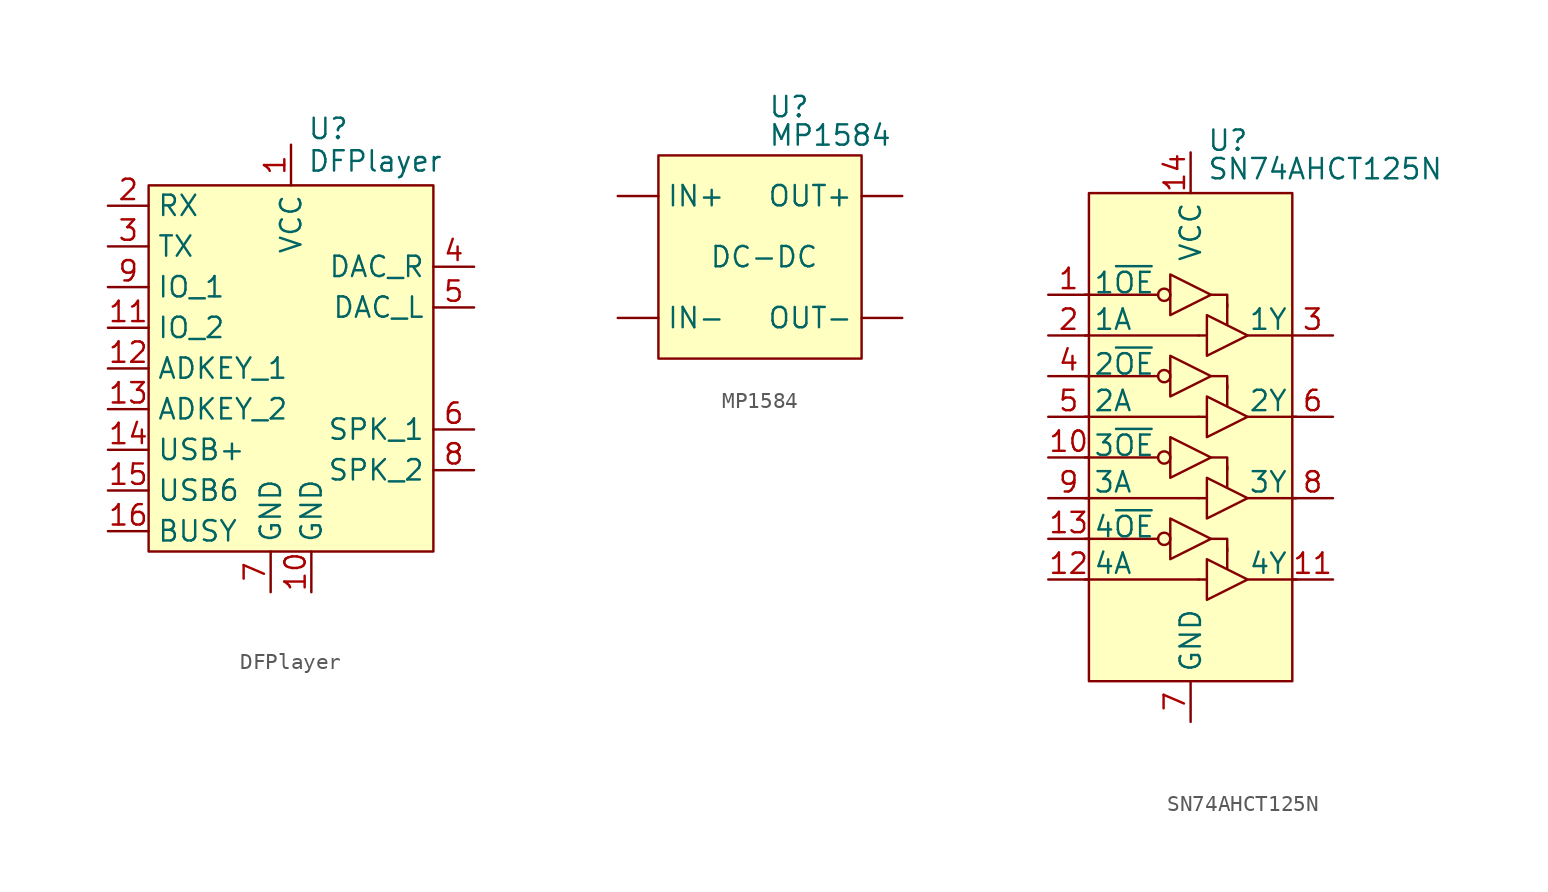
<source format=kicad_sym>
(kicad_symbol_lib
  (version 20241209)
  (generator "kicad_symbol_editor")
  (generator_version "9.0")
  (symbol "DFPlayer"
    (property "Reference" "U"
      (at 1.016 2.794 0)
      (effects (font (size 1.27 1.27)) (justify left bottom)))
    (property "Value" "DFPlayer"
      (at 1.016 0.762 0)
      (effects (font (size 1.27 1.27)) (justify left bottom)))
    (symbol "DFPlayer_1_1"
      (rectangle (start -8.89 0) (end 8.89 -22.86) (stroke (width 0) (type solid)) (fill (type background)))
      (pin output line (at -11.43 -1.27 0) (length 2.54) (name "RX" (effects (font (size 1.27 1.27)))) (number "2" (effects (font (size 1.27 1.27)))))
      (pin output line (at -11.43 -3.81 0) (length 2.54) (name "TX" (effects (font (size 1.27 1.27)))) (number "3" (effects (font (size 1.27 1.27)))))
      (pin output line (at -11.43 -6.35 0) (length 2.54) (name "IO_1" (effects (font (size 1.27 1.27)))) (number "9" (effects (font (size 1.27 1.27)))))
      (pin output line (at -11.43 -8.89 0) (length 2.54) (name "IO_2" (effects (font (size 1.27 1.27)))) (number "11" (effects (font (size 1.27 1.27)))))
      (pin output line (at -11.43 -11.43 0) (length 2.54) (name "ADKEY_1" (effects (font (size 1.27 1.27)))) (number "12" (effects (font (size 1.27 1.27)))))
      (pin output line (at -11.43 -13.97 0) (length 2.54) (name "ADKEY_2" (effects (font (size 1.27 1.27)))) (number "13" (effects (font (size 1.27 1.27)))))
      (pin output line (at -11.43 -16.51 0) (length 2.54) (name "USB+" (effects (font (size 1.27 1.27)))) (number "14" (effects (font (size 1.27 1.27)))))
      (pin output line (at -11.43 -19.05 0) (length 2.54) (name "USB6" (effects (font (size 1.27 1.27)))) (number "15" (effects (font (size 1.27 1.27)))))
      (pin output line (at -11.43 -21.59 0) (length 2.54) (name "BUSY" (effects (font (size 1.27 1.27)))) (number "16" (effects (font (size 1.27 1.27)))))
      (pin output line (at -1.27 -25.4 90) (length 2.54) (name "GND" (effects (font (size 1.27 1.27)))) (number "7" (effects (font (size 1.27 1.27)))))
      (pin output line (at 0 2.54 270) (length 2.54) (name "VCC" (effects (font (size 1.27 1.27)))) (number "1" (effects (font (size 1.27 1.27)))))
      (pin output line (at 1.27 -25.4 90) (length 2.54) (name "GND" (effects (font (size 1.27 1.27)))) (number "10" (effects (font (size 1.27 1.27)))))
      (pin output line (at 11.43 -5.08 180) (length 2.54) (name "DAC_R" (effects (font (size 1.27 1.27)))) (number "4" (effects (font (size 1.27 1.27)))))
      (pin output line (at 11.43 -7.62 180) (length 2.54) (name "DAC_L" (effects (font (size 1.27 1.27)))) (number "5" (effects (font (size 1.27 1.27)))))
      (pin output line (at 11.43 -15.24 180) (length 2.54) (name "SPK_1" (effects (font (size 1.27 1.27)))) (number "6" (effects (font (size 1.27 1.27)))))
      (pin output line (at 11.43 -17.78 180) (length 2.54) (name "SPK_2" (effects (font (size 1.27 1.27)))) (number "8" (effects (font (size 1.27 1.27)))))))
  (symbol "MP1584"
    (property "Reference" "U"
      (at 0.508 2.286 0)
      (effects (font (size 1.27 1.27)) (justify left bottom)))
    (property "Value" "MP1584"
      (at 0.508 0.508 0)
      (effects (font (size 1.27 1.27)) (justify left bottom)))
    (symbol "MP1584_1_0"
      (pin input line (at 8.89 -10.16 180) (length 2.54) (name "OUT-" (effects (font (size 1.27 1.27)))) (number "" (effects (font (size 1.27 1.27))))))
    (symbol "MP1584_1_1"
      (rectangle (start -6.35 0) (end 6.35 -12.7) (stroke (width 0) (type solid)) (fill (type background)))
      (text "DC-DC" (at 0.254 -6.35 0) (effects (font (size 1.27 1.27) (color 0 100 100 1))))
      (pin input line (at -8.89 -2.54 0) (length 2.54) (name "IN+" (effects (font (size 1.27 1.27)))) (number "" (effects (font (size 1.27 1.27)))))
      (pin input line (at -8.89 -10.16 0) (length 2.54) (name "IN-" (effects (font (size 1.27 1.27)))) (number "" (effects (font (size 1.27 1.27)))))
      (pin input line (at 8.89 -2.54 180) (length 2.54) (name "OUT+" (effects (font (size 1.27 1.27)))) (number "" (effects (font (size 1.27 1.27)))))))
  (symbol "SN74AHCT125N"
    (property "Reference" "U"
      (at 1.016 -2.54 0)
      (effects (font (size 1.27 1.27)) (justify left bottom)))
    (property "Value" "SN74AHCT125N"
      (at 1.016 -4.318 0)
      (effects (font (size 1.27 1.27)) (justify left bottom)))
    (symbol "SN74AHCT125N_1_1"
      (rectangle (start -6.35 -5.08) (end 6.35 -35.56) (stroke (width 0) (type solid)) (fill (type background)))
      (polyline (pts (xy -2.032 -11.43) (xy -6.604 -11.43)) (stroke (width 0) (type solid)) (fill (type none)))
      (polyline (pts (xy -2.032 -16.51) (xy -6.604 -16.51)) (stroke (width 0) (type solid)) (fill (type none)))
      (polyline (pts (xy -2.032 -21.59) (xy -6.604 -21.59)) (stroke (width 0) (type solid)) (fill (type none)))
      (polyline (pts (xy -2.032 -26.67) (xy -6.604 -26.67)) (stroke (width 0) (type solid)) (fill (type none)))
      (circle (center -1.651 -11.43) (radius 0.381) (stroke (width 0) (type default)) (fill (type none)))
      (circle (center -1.651 -16.51) (radius 0.381) (stroke (width 0) (type default)) (fill (type none)))
      (circle (center -1.651 -21.59) (radius 0.381) (stroke (width 0) (type default)) (fill (type none)))
      (circle (center -1.651 -26.67) (radius 0.381) (stroke (width 0) (type default)) (fill (type none)))
      (polyline (pts (xy -1.27 -10.16) (xy 1.27 -11.43) (xy -1.27 -12.7) (xy -1.27 -10.16)) (stroke (width 0) (type default)) (fill (type none)))
      (polyline (pts (xy -1.27 -15.24) (xy 1.27 -16.51) (xy -1.27 -17.78) (xy -1.27 -15.24)) (stroke (width 0) (type default)) (fill (type none)))
      (polyline (pts (xy -1.27 -20.32) (xy 1.27 -21.59) (xy -1.27 -22.86) (xy -1.27 -20.32)) (stroke (width 0) (type default)) (fill (type none)))
      (polyline (pts (xy -1.27 -25.4) (xy 1.27 -26.67) (xy -1.27 -27.94) (xy -1.27 -25.4)) (stroke (width 0) (type default)) (fill (type none)))
      (polyline (pts (xy 0.508 -13.97) (xy 0.508 -13.97)) (stroke (width 0) (type solid)) (fill (type none)))
      (polyline (pts (xy 0.508 -19.05) (xy 0.508 -19.05)) (stroke (width 0) (type solid)) (fill (type none)))
      (polyline (pts (xy 0.508 -24.13) (xy 0.508 -24.13)) (stroke (width 0) (type solid)) (fill (type none)))
      (polyline (pts (xy 0.508 -29.21) (xy 0.508 -29.21)) (stroke (width 0) (type solid)) (fill (type none)))
      (polyline (pts (xy 1.016 -12.7) (xy 3.556 -13.97) (xy 1.016 -15.24) (xy 1.016 -12.7)) (stroke (width 0) (type default)) (fill (type none)))
      (polyline (pts (xy 1.016 -13.97) (xy -6.604 -13.97)) (stroke (width 0) (type solid)) (fill (type none)))
      (polyline (pts (xy 1.016 -17.78) (xy 3.556 -19.05) (xy 1.016 -20.32) (xy 1.016 -17.78)) (stroke (width 0) (type default)) (fill (type none)))
      (polyline (pts (xy 1.016 -19.05) (xy -6.604 -19.05)) (stroke (width 0) (type solid)) (fill (type none)))
      (polyline (pts (xy 1.016 -22.86) (xy 3.556 -24.13) (xy 1.016 -25.4) (xy 1.016 -22.86)) (stroke (width 0) (type default)) (fill (type none)))
      (polyline (pts (xy 1.016 -24.13) (xy -6.604 -24.13)) (stroke (width 0) (type solid)) (fill (type none)))
      (polyline (pts (xy 1.016 -27.94) (xy 3.556 -29.21) (xy 1.016 -30.48) (xy 1.016 -27.94)) (stroke (width 0) (type default)) (fill (type none)))
      (polyline (pts (xy 1.016 -29.21) (xy -6.604 -29.21)) (stroke (width 0) (type solid)) (fill (type none)))
      (polyline (pts (xy 1.27 -11.43) (xy 2.286 -11.43) (xy 2.286 -12.192)) (stroke (width 0) (type solid)) (fill (type none)))
      (polyline (pts (xy 1.27 -16.51) (xy 2.286 -16.51) (xy 2.286 -17.272)) (stroke (width 0) (type solid)) (fill (type none)))
      (polyline (pts (xy 1.27 -21.59) (xy 2.286 -21.59) (xy 2.286 -22.352)) (stroke (width 0) (type solid)) (fill (type none)))
      (polyline (pts (xy 1.27 -26.67) (xy 2.286 -26.67) (xy 2.286 -27.432)) (stroke (width 0) (type solid)) (fill (type none)))
      (polyline (pts (xy 3.556 -13.97) (xy 6.35 -13.97)) (stroke (width 0) (type solid)) (fill (type none)))
      (polyline (pts (xy 3.556 -19.05) (xy 6.604 -19.05)) (stroke (width 0) (type solid)) (fill (type none)))
      (polyline (pts (xy 3.556 -24.13) (xy 6.604 -24.13)) (stroke (width 0) (type solid)) (fill (type none)))
      (polyline (pts (xy 3.556 -29.21) (xy 6.604 -29.21)) (stroke (width 0) (type solid)) (fill (type none)))
      (text "1~{OE}" (at -6.096 -11.43 0) (effects (font (size 1.27 1.27) (color 0 100 100 1)) (justify left bottom)))
      (text "1A" (at -6.096 -13.716 0) (effects (font (size 1.27 1.27) (color 0 100 100 1)) (justify left bottom)))
      (text "2~{OE}" (at -6.096 -16.51 0) (effects (font (size 1.27 1.27) (color 0 100 100 1)) (justify left bottom)))
      (text "2A" (at -6.096 -18.796 0) (effects (font (size 1.27 1.27) (color 0 100 100 1)) (justify left bottom)))
      (text "3~{OE}" (at -6.096 -21.59 0) (effects (font (size 1.27 1.27) (color 0 100 100 1)) (justify left bottom)))
      (text "3A" (at -6.096 -23.876 0) (effects (font (size 1.27 1.27) (color 0 100 100 1)) (justify left bottom)))
      (text "4~{OE}" (at -6.096 -26.67 0) (effects (font (size 1.27 1.27) (color 0 100 100 1)) (justify left bottom)))
      (text "4A" (at -6.096 -28.956 0) (effects (font (size 1.27 1.27) (color 0 100 100 1)) (justify left bottom)))
      (text "I\n" (at 2.286 -12.7 0) (effects (font (size 1.27 1.27))))
      (text "I\n" (at 2.286 -17.78 0) (effects (font (size 1.27 1.27))))
      (text "I\n" (at 2.286 -22.86 0) (effects (font (size 1.27 1.27))))
      (text "I\n" (at 2.286 -27.94 0) (effects (font (size 1.27 1.27))))
      (text "1Y" (at 6.096 -13.716 0) (effects (font (size 1.27 1.27) (color 0 100 100 1)) (justify right bottom)))
      (text "2Y" (at 6.096 -18.796 0) (effects (font (size 1.27 1.27) (color 0 100 100 1)) (justify right bottom)))
      (text "3Y" (at 6.096 -23.876 0) (effects (font (size 1.27 1.27) (color 0 100 100 1)) (justify right bottom)))
      (text "4Y" (at 6.096 -28.956 0) (effects (font (size 1.27 1.27) (color 0 100 100 1)) (justify right bottom)))
      (pin input line (at -8.89 -11.43 0) (length 2.54) (name "" (effects (font (size 1.27 1.27)))) (number "1" (effects (font (size 1.27 1.27)))))
      (pin input line (at -8.89 -13.97 0) (length 2.54) (name "" (effects (font (size 1.27 1.27)))) (number "2" (effects (font (size 1.27 1.27)))))
      (pin input line (at -8.89 -16.51 0) (length 2.54) (name "" (effects (font (size 1.27 1.27)))) (number "4" (effects (font (size 1.27 1.27)))))
      (pin input line (at -8.89 -19.05 0) (length 2.54) (name "" (effects (font (size 1.27 1.27)))) (number "5" (effects (font (size 1.27 1.27)))))
      (pin input line (at -8.89 -21.59 0) (length 2.54) (name "" (effects (font (size 1.27 1.27)))) (number "10" (effects (font (size 1.27 1.27)))))
      (pin input line (at -8.89 -24.13 0) (length 2.54) (name "" (effects (font (size 1.27 1.27)))) (number "9" (effects (font (size 1.27 1.27)))))
      (pin input line (at -8.89 -26.67 0) (length 2.54) (name "" (effects (font (size 1.27 1.27)))) (number "13" (effects (font (size 1.27 1.27)))))
      (pin input line (at -8.89 -29.21 0) (length 2.54) (name "" (effects (font (size 1.27 1.27)))) (number "12" (effects (font (size 1.27 1.27)))))
      (pin input line (at 0 -2.54 270) (length 2.54) (name "VCC" (effects (font (size 1.27 1.27)))) (number "14" (effects (font (size 1.27 1.27)))))
      (pin input line (at 0 -38.1 90) (length 2.54) (name "GND" (effects (font (size 1.27 1.27)))) (number "7" (effects (font (size 1.27 1.27)))))
      (pin output line (at 8.89 -13.97 180) (length 2.54) (name "" (effects (font (size 1.27 1.27)))) (number "3" (effects (font (size 1.27 1.27)))))
      (pin output line (at 8.89 -19.05 180) (length 2.54) (name "" (effects (font (size 1.27 1.27)))) (number "6" (effects (font (size 1.27 1.27)))))
      (pin output line (at 8.89 -24.13 180) (length 2.54) (name "" (effects (font (size 1.27 1.27)))) (number "8" (effects (font (size 1.27 1.27)))))
      (pin output line (at 8.89 -29.21 180) (length 2.54) (name "" (effects (font (size 1.27 1.27)))) (number "11" (effects (font (size 1.27 1.27))))))))
</source>
